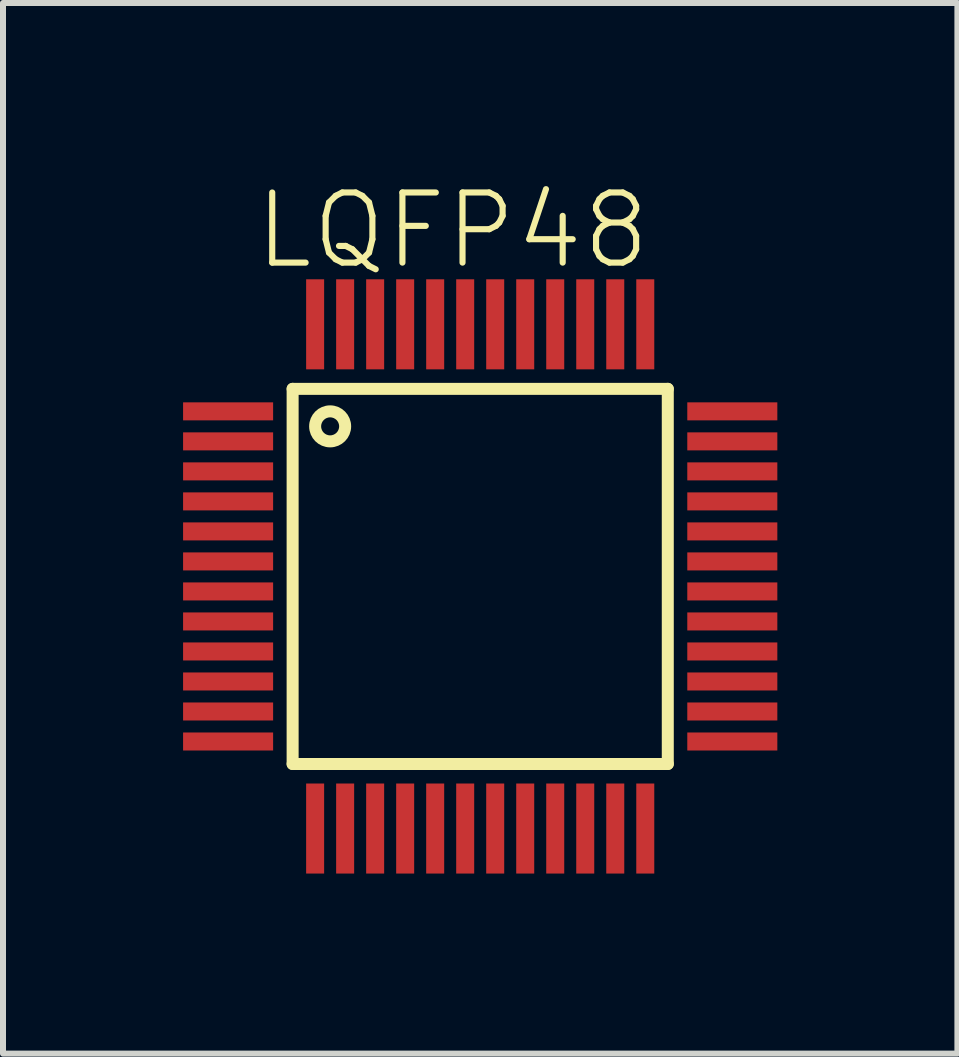
<source format=kicad_pcb>
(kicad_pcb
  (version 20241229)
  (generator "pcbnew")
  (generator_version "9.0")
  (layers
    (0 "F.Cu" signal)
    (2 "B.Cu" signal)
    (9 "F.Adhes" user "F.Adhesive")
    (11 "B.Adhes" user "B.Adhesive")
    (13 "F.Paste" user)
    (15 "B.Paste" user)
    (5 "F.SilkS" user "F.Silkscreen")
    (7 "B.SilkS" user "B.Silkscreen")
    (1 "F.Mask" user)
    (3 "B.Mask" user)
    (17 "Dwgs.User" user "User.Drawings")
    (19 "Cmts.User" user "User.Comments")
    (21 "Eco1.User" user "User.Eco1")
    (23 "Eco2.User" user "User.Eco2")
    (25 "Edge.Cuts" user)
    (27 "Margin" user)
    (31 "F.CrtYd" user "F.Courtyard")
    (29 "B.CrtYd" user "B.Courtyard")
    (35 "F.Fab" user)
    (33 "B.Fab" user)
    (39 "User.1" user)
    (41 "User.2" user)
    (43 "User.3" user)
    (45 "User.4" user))
  (footprint "LQFP48"
    (layer "F.Cu")
    (at 4.95 6.553)
    (property "Reference" "LQFP48" (at -3.81 -5.08 0) (unlocked yes) (layer "F.SilkS") (effects (font (size 1.168 1.168) (thickness 0.102)) (justify left bottom)))
    (fp_line (start -3.125 -3.125) (end 3.125 -3.125) (stroke (width 0.2) (type solid)) (layer "F.SilkS"))
    (fp_line (start -3.125 3.125) (end -3.125 -3.125) (stroke (width 0.2) (type solid)) (layer "F.SilkS"))
    (fp_line (start 3.125 -3.125) (end 3.125 3.125) (stroke (width 0.2) (type solid)) (layer "F.SilkS"))
    (fp_line (start 3.125 3.125) (end -3.125 3.125) (stroke (width 0.2) (type solid)) (layer "F.SilkS"))
    (fp_circle (center -2.5 -2.5) (end -2.25 -2.5) (stroke (width 0.2) (type solid)) (fill no) (layer "F.SilkS"))
    (pad "1" smd rect (at -4.2 -2.75 270) (size 0.3 1.5) (layers "F.Cu" "F.Mask" "F.Paste"))
    (pad "2" smd rect (at -4.2 -2.25 270) (size 0.3 1.5) (layers "F.Cu" "F.Mask" "F.Paste"))
    (pad "3" smd rect (at -4.2 -1.75 270) (size 0.3 1.5) (layers "F.Cu" "F.Mask" "F.Paste"))
    (pad "4" smd rect (at -4.2 -1.25 270) (size 0.3 1.5) (layers "F.Cu" "F.Mask" "F.Paste"))
    (pad "5" smd rect (at -4.2 -0.75 270) (size 0.3 1.5) (layers "F.Cu" "F.Mask" "F.Paste"))
    (pad "6" smd rect (at -4.2 -0.25 270) (size 0.3 1.5) (layers "F.Cu" "F.Mask" "F.Paste"))
    (pad "7" smd rect (at -4.2 0.25 270) (size 0.3 1.5) (layers "F.Cu" "F.Mask" "F.Paste"))
    (pad "8" smd rect (at -4.2 0.75 270) (size 0.3 1.5) (layers "F.Cu" "F.Mask" "F.Paste"))
    (pad "9" smd rect (at -4.2 1.25 270) (size 0.3 1.5) (layers "F.Cu" "F.Mask" "F.Paste"))
    (pad "10" smd rect (at -4.2 1.75 270) (size 0.3 1.5) (layers "F.Cu" "F.Mask" "F.Paste"))
    (pad "11" smd rect (at -4.2 2.25 270) (size 0.3 1.5) (layers "F.Cu" "F.Mask" "F.Paste"))
    (pad "12" smd rect (at -4.2 2.75 270) (size 0.3 1.5) (layers "F.Cu" "F.Mask" "F.Paste"))
    (pad "13" smd rect (at -2.75 4.2) (size 0.3 1.5) (layers "F.Cu" "F.Mask" "F.Paste"))
    (pad "14" smd rect (at -2.25 4.2) (size 0.3 1.5) (layers "F.Cu" "F.Mask" "F.Paste"))
    (pad "15" smd rect (at -1.75 4.2) (size 0.3 1.5) (layers "F.Cu" "F.Mask" "F.Paste"))
    (pad "16" smd rect (at -1.25 4.2) (size 0.3 1.5) (layers "F.Cu" "F.Mask" "F.Paste"))
    (pad "17" smd rect (at -0.75 4.2) (size 0.3 1.5) (layers "F.Cu" "F.Mask" "F.Paste"))
    (pad "18" smd rect (at -0.25 4.2) (size 0.3 1.5) (layers "F.Cu" "F.Mask" "F.Paste"))
    (pad "19" smd rect (at 0.25 4.2) (size 0.3 1.5) (layers "F.Cu" "F.Mask" "F.Paste"))
    (pad "20" smd rect (at 0.75 4.2) (size 0.3 1.5) (layers "F.Cu" "F.Mask" "F.Paste"))
    (pad "21" smd rect (at 1.25 4.2) (size 0.3 1.5) (layers "F.Cu" "F.Mask" "F.Paste"))
    (pad "22" smd rect (at 1.75 4.2) (size 0.3 1.5) (layers "F.Cu" "F.Mask" "F.Paste"))
    (pad "23" smd rect (at 2.25 4.2) (size 0.3 1.5) (layers "F.Cu" "F.Mask" "F.Paste"))
    (pad "24" smd rect (at 2.75 4.2) (size 0.3 1.5) (layers "F.Cu" "F.Mask" "F.Paste"))
    (pad "25" smd rect (at 4.2 2.75 90) (size 0.3 1.5) (layers "F.Cu" "F.Mask" "F.Paste"))
    (pad "26" smd rect (at 4.2 2.25 90) (size 0.3 1.5) (layers "F.Cu" "F.Mask" "F.Paste"))
    (pad "27" smd rect (at 4.2 1.75 90) (size 0.3 1.5) (layers "F.Cu" "F.Mask" "F.Paste"))
    (pad "28" smd rect (at 4.2 1.25 90) (size 0.3 1.5) (layers "F.Cu" "F.Mask" "F.Paste"))
    (pad "29" smd rect (at 4.2 0.75 90) (size 0.3 1.5) (layers "F.Cu" "F.Mask" "F.Paste"))
    (pad "30" smd rect (at 4.2 0.25 90) (size 0.3 1.5) (layers "F.Cu" "F.Mask" "F.Paste"))
    (pad "31" smd rect (at 4.2 -0.25 90) (size 0.3 1.5) (layers "F.Cu" "F.Mask" "F.Paste"))
    (pad "32" smd rect (at 4.2 -0.75 90) (size 0.3 1.5) (layers "F.Cu" "F.Mask" "F.Paste"))
    (pad "33" smd rect (at 4.2 -1.25 90) (size 0.3 1.5) (layers "F.Cu" "F.Mask" "F.Paste"))
    (pad "34" smd rect (at 4.2 -1.75 90) (size 0.3 1.5) (layers "F.Cu" "F.Mask" "F.Paste"))
    (pad "35" smd rect (at 4.2 -2.25 90) (size 0.3 1.5) (layers "F.Cu" "F.Mask" "F.Paste"))
    (pad "36" smd rect (at 4.2 -2.75 90) (size 0.3 1.5) (layers "F.Cu" "F.Mask" "F.Paste"))
    (pad "37" smd rect (at 2.75 -4.2 180) (size 0.3 1.5) (layers "F.Cu" "F.Mask" "F.Paste"))
    (pad "38" smd rect (at 2.25 -4.2 180) (size 0.3 1.5) (layers "F.Cu" "F.Mask" "F.Paste"))
    (pad "39" smd rect (at 1.75 -4.2 180) (size 0.3 1.5) (layers "F.Cu" "F.Mask" "F.Paste"))
    (pad "40" smd rect (at 1.25 -4.2 180) (size 0.3 1.5) (layers "F.Cu" "F.Mask" "F.Paste"))
    (pad "41" smd rect (at 0.75 -4.2 180) (size 0.3 1.5) (layers "F.Cu" "F.Mask" "F.Paste"))
    (pad "42" smd rect (at 0.25 -4.2 180) (size 0.3 1.5) (layers "F.Cu" "F.Mask" "F.Paste"))
    (pad "43" smd rect (at -0.25 -4.2 180) (size 0.3 1.5) (layers "F.Cu" "F.Mask" "F.Paste"))
    (pad "44" smd rect (at -0.75 -4.2 180) (size 0.3 1.5) (layers "F.Cu" "F.Mask" "F.Paste"))
    (pad "45" smd rect (at -1.25 -4.2 180) (size 0.3 1.5) (layers "F.Cu" "F.Mask" "F.Paste"))
    (pad "46" smd rect (at -1.75 -4.2 180) (size 0.3 1.5) (layers "F.Cu" "F.Mask" "F.Paste"))
    (pad "47" smd rect (at -2.25 -4.2 180) (size 0.3 1.5) (layers "F.Cu" "F.Mask" "F.Paste"))
    (pad "48" smd rect (at -2.75 -4.2 180) (size 0.3 1.5) (layers "F.Cu" "F.Mask" "F.Paste")))
  (gr_rect
    (start -3 -3)
    (end 12.9 14.503)
    (stroke (width 0.1) (type default))
    (fill no)
    (layer "Edge.Cuts")))
</source>
